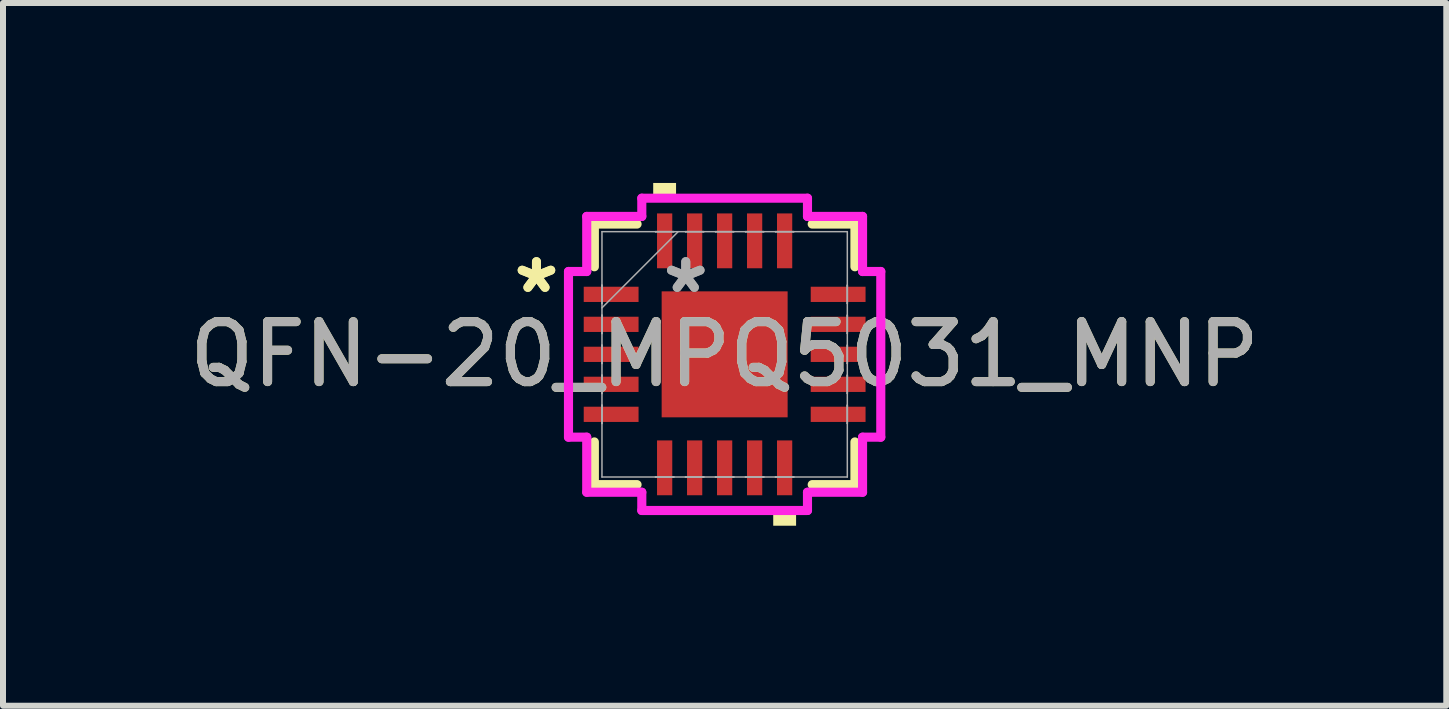
<source format=kicad_pcb>
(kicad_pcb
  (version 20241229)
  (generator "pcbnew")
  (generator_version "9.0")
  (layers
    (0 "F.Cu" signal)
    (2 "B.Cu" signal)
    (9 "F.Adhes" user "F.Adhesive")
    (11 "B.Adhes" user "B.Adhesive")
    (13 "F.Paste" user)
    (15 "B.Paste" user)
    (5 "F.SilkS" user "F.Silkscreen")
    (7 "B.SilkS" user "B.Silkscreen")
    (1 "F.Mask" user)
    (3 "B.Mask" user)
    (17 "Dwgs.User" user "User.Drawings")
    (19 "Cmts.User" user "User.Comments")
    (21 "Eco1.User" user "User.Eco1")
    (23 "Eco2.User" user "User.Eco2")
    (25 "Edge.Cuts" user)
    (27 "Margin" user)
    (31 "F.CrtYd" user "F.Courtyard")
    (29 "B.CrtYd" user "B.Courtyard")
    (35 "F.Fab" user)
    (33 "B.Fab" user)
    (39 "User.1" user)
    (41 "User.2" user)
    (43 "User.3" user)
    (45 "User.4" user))
  (footprint "QFN-20_MPQ5031_MNP"
    (layer "F.Cu")
    (at 9.03 2.857)
    (property "Reference" "QFN-20_MPQ5031_MNP" (at 0 0 0) (unlocked yes) (layer "F.SilkS") (effects (font (size 1 1) (thickness 0.15))))
    (attr smd)
    (fp_line (start -2.172 -2.172) (end -2.172 -1.46) (stroke (width 0.152) (type solid)) (layer "F.SilkS"))
    (fp_line (start -2.172 1.46) (end -2.172 2.172) (stroke (width 0.152) (type solid)) (layer "F.SilkS"))
    (fp_line (start -2.172 2.172) (end -1.46 2.172) (stroke (width 0.152) (type solid)) (layer "F.SilkS"))
    (fp_line (start -1.46 -2.172) (end -2.172 -2.172) (stroke (width 0.152) (type solid)) (layer "F.SilkS"))
    (fp_line (start 1.46 2.172) (end 2.172 2.172) (stroke (width 0.152) (type solid)) (layer "F.SilkS"))
    (fp_line (start 2.172 -2.172) (end 1.46 -2.172) (stroke (width 0.152) (type solid)) (layer "F.SilkS"))
    (fp_line (start 2.172 -1.46) (end 2.172 -2.172) (stroke (width 0.152) (type solid)) (layer "F.SilkS"))
    (fp_line (start 2.172 2.172) (end 2.172 1.46) (stroke (width 0.152) (type solid)) (layer "F.SilkS"))
    (fp_poly (pts (xy -1.191 -2.603) (xy -1.191 -2.857) (xy -0.81 -2.857) (xy -0.81 -2.603)) (stroke (width 0) (type solid)) (fill yes) (layer "F.SilkS"))
    (fp_poly (pts (xy 0.81 2.603) (xy 0.81 2.857) (xy 1.191 2.857) (xy 1.191 2.603)) (stroke (width 0) (type solid)) (fill yes) (layer "F.SilkS"))
    (fp_line (start -2.603 -1.381) (end -2.299 -1.381) (stroke (width 0.152) (type solid)) (layer "F.CrtYd"))
    (fp_line (start -2.603 1.381) (end -2.603 -1.381) (stroke (width 0.152) (type solid)) (layer "F.CrtYd"))
    (fp_line (start -2.299 -2.299) (end -1.381 -2.299) (stroke (width 0.152) (type solid)) (layer "F.CrtYd"))
    (fp_line (start -2.299 -1.381) (end -2.299 -2.299) (stroke (width 0.152) (type solid)) (layer "F.CrtYd"))
    (fp_line (start -2.299 1.381) (end -2.603 1.381) (stroke (width 0.152) (type solid)) (layer "F.CrtYd"))
    (fp_line (start -2.299 2.299) (end -2.299 1.381) (stroke (width 0.152) (type solid)) (layer "F.CrtYd"))
    (fp_line (start -1.381 -2.603) (end 1.381 -2.603) (stroke (width 0.152) (type solid)) (layer "F.CrtYd"))
    (fp_line (start -1.381 -2.299) (end -1.381 -2.603) (stroke (width 0.152) (type solid)) (layer "F.CrtYd"))
    (fp_line (start -1.381 2.299) (end -2.299 2.299) (stroke (width 0.152) (type solid)) (layer "F.CrtYd"))
    (fp_line (start -1.381 2.603) (end -1.381 2.299) (stroke (width 0.152) (type solid)) (layer "F.CrtYd"))
    (fp_line (start 1.381 -2.603) (end 1.381 -2.299) (stroke (width 0.152) (type solid)) (layer "F.CrtYd"))
    (fp_line (start 1.381 -2.299) (end 2.299 -2.299) (stroke (width 0.152) (type solid)) (layer "F.CrtYd"))
    (fp_line (start 1.381 2.299) (end 1.381 2.603) (stroke (width 0.152) (type solid)) (layer "F.CrtYd"))
    (fp_line (start 1.381 2.603) (end -1.381 2.603) (stroke (width 0.152) (type solid)) (layer "F.CrtYd"))
    (fp_line (start 2.299 -2.299) (end 2.299 -1.381) (stroke (width 0.152) (type solid)) (layer "F.CrtYd"))
    (fp_line (start 2.299 -1.381) (end 2.603 -1.381) (stroke (width 0.152) (type solid)) (layer "F.CrtYd"))
    (fp_line (start 2.299 1.381) (end 2.299 2.299) (stroke (width 0.152) (type solid)) (layer "F.CrtYd"))
    (fp_line (start 2.299 2.299) (end 1.381 2.299) (stroke (width 0.152) (type solid)) (layer "F.CrtYd"))
    (fp_line (start 2.603 -1.381) (end 2.603 1.381) (stroke (width 0.152) (type solid)) (layer "F.CrtYd"))
    (fp_line (start 2.603 1.381) (end 2.299 1.381) (stroke (width 0.152) (type solid)) (layer "F.CrtYd"))
    (fp_line (start -2.045 -2.045) (end -2.045 2.045) (stroke (width 0.025) (type solid)) (layer "F.Fab"))
    (fp_line (start -2.045 -1.152) (end -2.045 -1.152) (stroke (width 0.025) (type solid)) (layer "F.Fab"))
    (fp_line (start -2.045 -1.152) (end -2.045 -0.848) (stroke (width 0.025) (type solid)) (layer "F.Fab"))
    (fp_line (start -2.045 -0.848) (end -2.045 -1.152) (stroke (width 0.025) (type solid)) (layer "F.Fab"))
    (fp_line (start -2.045 -0.848) (end -2.045 -0.848) (stroke (width 0.025) (type solid)) (layer "F.Fab"))
    (fp_line (start -2.045 -0.775) (end -0.775 -2.045) (stroke (width 0.025) (type solid)) (layer "F.Fab"))
    (fp_line (start -2.045 -0.652) (end -2.045 -0.652) (stroke (width 0.025) (type solid)) (layer "F.Fab"))
    (fp_line (start -2.045 -0.652) (end -2.045 -0.348) (stroke (width 0.025) (type solid)) (layer "F.Fab"))
    (fp_line (start -2.045 -0.348) (end -2.045 -0.652) (stroke (width 0.025) (type solid)) (layer "F.Fab"))
    (fp_line (start -2.045 -0.348) (end -2.045 -0.348) (stroke (width 0.025) (type solid)) (layer "F.Fab"))
    (fp_line (start -2.045 -0.152) (end -2.045 -0.152) (stroke (width 0.025) (type solid)) (layer "F.Fab"))
    (fp_line (start -2.045 -0.152) (end -2.045 0.152) (stroke (width 0.025) (type solid)) (layer "F.Fab"))
    (fp_line (start -2.045 0.152) (end -2.045 -0.152) (stroke (width 0.025) (type solid)) (layer "F.Fab"))
    (fp_line (start -2.045 0.152) (end -2.045 0.152) (stroke (width 0.025) (type solid)) (layer "F.Fab"))
    (fp_line (start -2.045 0.348) (end -2.045 0.348) (stroke (width 0.025) (type solid)) (layer "F.Fab"))
    (fp_line (start -2.045 0.348) (end -2.045 0.652) (stroke (width 0.025) (type solid)) (layer "F.Fab"))
    (fp_line (start -2.045 0.652) (end -2.045 0.348) (stroke (width 0.025) (type solid)) (layer "F.Fab"))
    (fp_line (start -2.045 0.652) (end -2.045 0.652) (stroke (width 0.025) (type solid)) (layer "F.Fab"))
    (fp_line (start -2.045 0.848) (end -2.045 0.848) (stroke (width 0.025) (type solid)) (layer "F.Fab"))
    (fp_line (start -2.045 0.848) (end -2.045 1.152) (stroke (width 0.025) (type solid)) (layer "F.Fab"))
    (fp_line (start -2.045 1.152) (end -2.045 0.848) (stroke (width 0.025) (type solid)) (layer "F.Fab"))
    (fp_line (start -2.045 1.152) (end -2.045 1.152) (stroke (width 0.025) (type solid)) (layer "F.Fab"))
    (fp_line (start -2.045 2.045) (end 2.045 2.045) (stroke (width 0.025) (type solid)) (layer "F.Fab"))
    (fp_line (start -1.152 -2.045) (end -1.152 -2.045) (stroke (width 0.025) (type solid)) (layer "F.Fab"))
    (fp_line (start -1.152 -2.045) (end -0.848 -2.045) (stroke (width 0.025) (type solid)) (layer "F.Fab"))
    (fp_line (start -1.152 2.045) (end -1.152 2.045) (stroke (width 0.025) (type solid)) (layer "F.Fab"))
    (fp_line (start -1.152 2.045) (end -0.848 2.045) (stroke (width 0.025) (type solid)) (layer "F.Fab"))
    (fp_line (start -0.848 -2.045) (end -1.152 -2.045) (stroke (width 0.025) (type solid)) (layer "F.Fab"))
    (fp_line (start -0.848 -2.045) (end -0.848 -2.045) (stroke (width 0.025) (type solid)) (layer "F.Fab"))
    (fp_line (start -0.848 2.045) (end -1.152 2.045) (stroke (width 0.025) (type solid)) (layer "F.Fab"))
    (fp_line (start -0.848 2.045) (end -0.848 2.045) (stroke (width 0.025) (type solid)) (layer "F.Fab"))
    (fp_line (start -0.652 -2.045) (end -0.652 -2.045) (stroke (width 0.025) (type solid)) (layer "F.Fab"))
    (fp_line (start -0.652 -2.045) (end -0.348 -2.045) (stroke (width 0.025) (type solid)) (layer "F.Fab"))
    (fp_line (start -0.652 2.045) (end -0.652 2.045) (stroke (width 0.025) (type solid)) (layer "F.Fab"))
    (fp_line (start -0.652 2.045) (end -0.348 2.045) (stroke (width 0.025) (type solid)) (layer "F.Fab"))
    (fp_line (start -0.348 -2.045) (end -0.652 -2.045) (stroke (width 0.025) (type solid)) (layer "F.Fab"))
    (fp_line (start -0.348 -2.045) (end -0.348 -2.045) (stroke (width 0.025) (type solid)) (layer "F.Fab"))
    (fp_line (start -0.348 2.045) (end -0.652 2.045) (stroke (width 0.025) (type solid)) (layer "F.Fab"))
    (fp_line (start -0.348 2.045) (end -0.348 2.045) (stroke (width 0.025) (type solid)) (layer "F.Fab"))
    (fp_line (start -0.152 -2.045) (end -0.152 -2.045) (stroke (width 0.025) (type solid)) (layer "F.Fab"))
    (fp_line (start -0.152 -2.045) (end 0.152 -2.045) (stroke (width 0.025) (type solid)) (layer "F.Fab"))
    (fp_line (start -0.152 2.045) (end -0.152 2.045) (stroke (width 0.025) (type solid)) (layer "F.Fab"))
    (fp_line (start -0.152 2.045) (end 0.152 2.045) (stroke (width 0.025) (type solid)) (layer "F.Fab"))
    (fp_line (start 0.152 -2.045) (end -0.152 -2.045) (stroke (width 0.025) (type solid)) (layer "F.Fab"))
    (fp_line (start 0.152 -2.045) (end 0.152 -2.045) (stroke (width 0.025) (type solid)) (layer "F.Fab"))
    (fp_line (start 0.152 2.045) (end -0.152 2.045) (stroke (width 0.025) (type solid)) (layer "F.Fab"))
    (fp_line (start 0.152 2.045) (end 0.152 2.045) (stroke (width 0.025) (type solid)) (layer "F.Fab"))
    (fp_line (start 0.348 -2.045) (end 0.348 -2.045) (stroke (width 0.025) (type solid)) (layer "F.Fab"))
    (fp_line (start 0.348 -2.045) (end 0.652 -2.045) (stroke (width 0.025) (type solid)) (layer "F.Fab"))
    (fp_line (start 0.348 2.045) (end 0.348 2.045) (stroke (width 0.025) (type solid)) (layer "F.Fab"))
    (fp_line (start 0.348 2.045) (end 0.652 2.045) (stroke (width 0.025) (type solid)) (layer "F.Fab"))
    (fp_line (start 0.652 -2.045) (end 0.348 -2.045) (stroke (width 0.025) (type solid)) (layer "F.Fab"))
    (fp_line (start 0.652 -2.045) (end 0.652 -2.045) (stroke (width 0.025) (type solid)) (layer "F.Fab"))
    (fp_line (start 0.652 2.045) (end 0.348 2.045) (stroke (width 0.025) (type solid)) (layer "F.Fab"))
    (fp_line (start 0.652 2.045) (end 0.652 2.045) (stroke (width 0.025) (type solid)) (layer "F.Fab"))
    (fp_line (start 0.848 -2.045) (end 0.848 -2.045) (stroke (width 0.025) (type solid)) (layer "F.Fab"))
    (fp_line (start 0.848 -2.045) (end 1.152 -2.045) (stroke (width 0.025) (type solid)) (layer "F.Fab"))
    (fp_line (start 0.848 2.045) (end 0.848 2.045) (stroke (width 0.025) (type solid)) (layer "F.Fab"))
    (fp_line (start 0.848 2.045) (end 1.152 2.045) (stroke (width 0.025) (type solid)) (layer "F.Fab"))
    (fp_line (start 1.152 -2.045) (end 0.848 -2.045) (stroke (width 0.025) (type solid)) (layer "F.Fab"))
    (fp_line (start 1.152 -2.045) (end 1.152 -2.045) (stroke (width 0.025) (type solid)) (layer "F.Fab"))
    (fp_line (start 1.152 2.045) (end 0.848 2.045) (stroke (width 0.025) (type solid)) (layer "F.Fab"))
    (fp_line (start 1.152 2.045) (end 1.152 2.045) (stroke (width 0.025) (type solid)) (layer "F.Fab"))
    (fp_line (start 2.045 -2.045) (end -2.045 -2.045) (stroke (width 0.025) (type solid)) (layer "F.Fab"))
    (fp_line (start 2.045 -1.152) (end 2.045 -1.152) (stroke (width 0.025) (type solid)) (layer "F.Fab"))
    (fp_line (start 2.045 -1.152) (end 2.045 -0.848) (stroke (width 0.025) (type solid)) (layer "F.Fab"))
    (fp_line (start 2.045 -0.848) (end 2.045 -1.152) (stroke (width 0.025) (type solid)) (layer "F.Fab"))
    (fp_line (start 2.045 -0.848) (end 2.045 -0.848) (stroke (width 0.025) (type solid)) (layer "F.Fab"))
    (fp_line (start 2.045 -0.652) (end 2.045 -0.652) (stroke (width 0.025) (type solid)) (layer "F.Fab"))
    (fp_line (start 2.045 -0.652) (end 2.045 -0.348) (stroke (width 0.025) (type solid)) (layer "F.Fab"))
    (fp_line (start 2.045 -0.348) (end 2.045 -0.652) (stroke (width 0.025) (type solid)) (layer "F.Fab"))
    (fp_line (start 2.045 -0.348) (end 2.045 -0.348) (stroke (width 0.025) (type solid)) (layer "F.Fab"))
    (fp_line (start 2.045 -0.152) (end 2.045 -0.152) (stroke (width 0.025) (type solid)) (layer "F.Fab"))
    (fp_line (start 2.045 -0.152) (end 2.045 0.152) (stroke (width 0.025) (type solid)) (layer "F.Fab"))
    (fp_line (start 2.045 0.152) (end 2.045 -0.152) (stroke (width 0.025) (type solid)) (layer "F.Fab"))
    (fp_line (start 2.045 0.152) (end 2.045 0.152) (stroke (width 0.025) (type solid)) (layer "F.Fab"))
    (fp_line (start 2.045 0.348) (end 2.045 0.348) (stroke (width 0.025) (type solid)) (layer "F.Fab"))
    (fp_line (start 2.045 0.348) (end 2.045 0.652) (stroke (width 0.025) (type solid)) (layer "F.Fab"))
    (fp_line (start 2.045 0.652) (end 2.045 0.348) (stroke (width 0.025) (type solid)) (layer "F.Fab"))
    (fp_line (start 2.045 0.652) (end 2.045 0.652) (stroke (width 0.025) (type solid)) (layer "F.Fab"))
    (fp_line (start 2.045 0.848) (end 2.045 0.848) (stroke (width 0.025) (type solid)) (layer "F.Fab"))
    (fp_line (start 2.045 0.848) (end 2.045 1.152) (stroke (width 0.025) (type solid)) (layer "F.Fab"))
    (fp_line (start 2.045 1.152) (end 2.045 0.848) (stroke (width 0.025) (type solid)) (layer "F.Fab"))
    (fp_line (start 2.045 1.152) (end 2.045 1.152) (stroke (width 0.025) (type solid)) (layer "F.Fab"))
    (fp_line (start 2.045 2.045) (end 2.045 -2.045) (stroke (width 0.025) (type solid)) (layer "F.Fab"))
    (fp_text user "*" (at -3.137 -1 0) (unlocked yes) (layer "F.SilkS") (effects (font (size 1 1) (thickness 0.15))))
    (fp_text user "*" (at -3.137 -1 0) (layer "F.SilkS") (effects (font (size 1 1) (thickness 0.15))))
    (fp_text user "*" (at -0.648 -1 0) (unlocked yes) (layer "F.Fab") (effects (font (size 1 1) (thickness 0.15))))
    (fp_text user "*" (at -0.648 -1 0) (layer "F.Fab") (effects (font (size 1 1) (thickness 0.15))))
    (fp_text user "${REFERENCE}" (at 0 0 0) (unlocked yes) (layer "F.Fab") (effects (font (size 1 1) (thickness 0.15))))
    (pad "1" smd rect (at -1.892 -1 90) (size 0.254 0.914) (layers "F.Cu" "F.Mask" "F.Paste"))
    (pad "2" smd rect (at -1.892 -0.5 90) (size 0.254 0.914) (layers "F.Cu" "F.Mask" "F.Paste"))
    (pad "3" smd rect (at -1.892 0 90) (size 0.254 0.914) (layers "F.Cu" "F.Mask" "F.Paste"))
    (pad "4" smd rect (at -1.892 0.5 90) (size 0.254 0.914) (layers "F.Cu" "F.Mask" "F.Paste"))
    (pad "5" smd rect (at -1.892 1 90) (size 0.254 0.914) (layers "F.Cu" "F.Mask" "F.Paste"))
    (pad "6" smd rect (at -1 1.892) (size 0.254 0.914) (layers "F.Cu" "F.Mask" "F.Paste"))
    (pad "7" smd rect (at -0.5 1.892) (size 0.254 0.914) (layers "F.Cu" "F.Mask" "F.Paste"))
    (pad "8" smd rect (at 0 1.892) (size 0.254 0.914) (layers "F.Cu" "F.Mask" "F.Paste"))
    (pad "9" smd rect (at 0.5 1.892) (size 0.254 0.914) (layers "F.Cu" "F.Mask" "F.Paste"))
    (pad "10" smd rect (at 1 1.892) (size 0.254 0.914) (layers "F.Cu" "F.Mask" "F.Paste"))
    (pad "11" smd rect (at 1.892 1 90) (size 0.254 0.914) (layers "F.Cu" "F.Mask" "F.Paste"))
    (pad "12" smd rect (at 1.892 0.5 90) (size 0.254 0.914) (layers "F.Cu" "F.Mask" "F.Paste"))
    (pad "13" smd rect (at 1.892 0 90) (size 0.254 0.914) (layers "F.Cu" "F.Mask" "F.Paste"))
    (pad "14" smd rect (at 1.892 -0.5 90) (size 0.254 0.914) (layers "F.Cu" "F.Mask" "F.Paste"))
    (pad "15" smd rect (at 1.892 -1 90) (size 0.254 0.914) (layers "F.Cu" "F.Mask" "F.Paste"))
    (pad "16" smd rect (at 1 -1.892) (size 0.254 0.914) (layers "F.Cu" "F.Mask" "F.Paste"))
    (pad "17" smd rect (at 0.5 -1.892) (size 0.254 0.914) (layers "F.Cu" "F.Mask" "F.Paste"))
    (pad "18" smd rect (at 0 -1.892) (size 0.254 0.914) (layers "F.Cu" "F.Mask" "F.Paste"))
    (pad "19" smd rect (at -0.5 -1.892) (size 0.254 0.914) (layers "F.Cu" "F.Mask" "F.Paste"))
    (pad "20" smd rect (at -1 -1.892) (size 0.254 0.914) (layers "F.Cu" "F.Mask" "F.Paste"))
    (pad "21" smd rect (at 0 0) (size 2.1 2.1) (layers "F.Cu" "F.Mask" "F.Paste")))
  (gr_rect
    (start -3 -3)
    (end 21.06 8.715)
    (stroke (width 0.1) (type default))
    (fill no)
    (layer "Edge.Cuts")))
</source>
